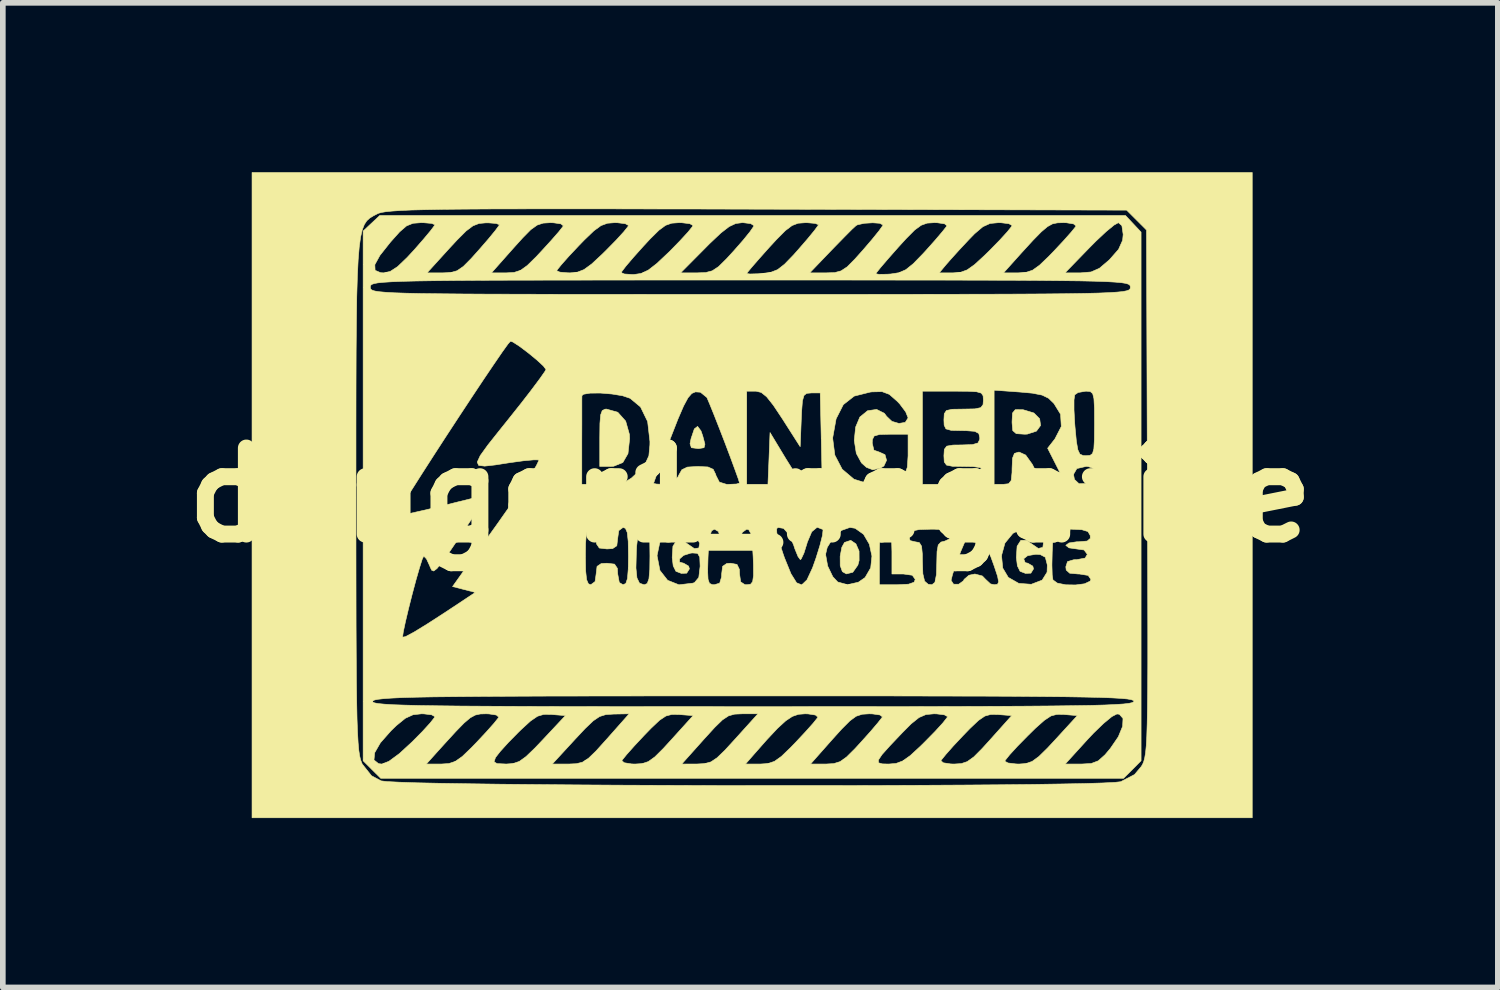
<source format=kicad_pcb>
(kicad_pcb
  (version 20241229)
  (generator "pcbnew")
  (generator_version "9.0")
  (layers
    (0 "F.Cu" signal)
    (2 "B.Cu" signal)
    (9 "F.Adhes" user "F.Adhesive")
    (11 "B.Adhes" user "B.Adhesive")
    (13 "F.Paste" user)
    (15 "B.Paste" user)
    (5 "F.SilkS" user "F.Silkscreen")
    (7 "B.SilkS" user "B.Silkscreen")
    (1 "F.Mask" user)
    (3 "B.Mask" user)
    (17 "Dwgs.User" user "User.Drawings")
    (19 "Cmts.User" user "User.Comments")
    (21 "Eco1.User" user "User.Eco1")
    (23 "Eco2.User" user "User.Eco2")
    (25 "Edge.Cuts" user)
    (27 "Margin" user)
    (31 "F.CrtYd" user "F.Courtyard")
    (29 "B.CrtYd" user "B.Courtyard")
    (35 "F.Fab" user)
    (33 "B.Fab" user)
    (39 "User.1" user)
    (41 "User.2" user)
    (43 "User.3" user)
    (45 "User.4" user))
  (footprint "danger1_negative"
    (layer "F.Cu")
    (at 10.24 5.72)
    (property "Reference" "danger1_negative" (at 0 0 0) (layer "F.SilkS") (effects (font (size 1.524 1.524) (thickness 0.3))))
    (attr through_hole)
    (fp_poly (pts (xy 4.005 1.022) (xy 4.008 1.027) (xy 4.06 1.151) (xy 4.009 1.204) (xy 3.975 1.206) (xy 3.913 1.16) (xy 3.92 1.074) (xy 3.958 0.989) (xy 4.005 1.022)) (stroke (width 0.01) (type solid)) (fill yes) (layer "F.SilkS"))
    (fp_poly (pts (xy -0.874 -1.138) (xy -0.843 -1.049) (xy -0.804 -0.902) (xy -0.82 -0.84) (xy -0.906 -0.826) (xy -0.934 -0.826) (xy -1.044 -0.84) (xy -1.068 -0.911) (xy -1.05 -1) (xy -0.992 -1.173) (xy -0.934 -1.218) (xy -0.874 -1.138)) (stroke (width 0.01) (type solid)) (fill yes) (layer "F.SilkS"))
    (fp_poly (pts (xy 1.87 0.863) (xy 1.926 0.991) (xy 1.927 1.157) (xy 1.905 1.239) (xy 1.815 1.366) (xy 1.701 1.395) (xy 1.63 1.355) (xy 1.592 1.248) (xy 1.591 1.083) (xy 1.621 0.923) (xy 1.669 0.837) (xy 1.779 0.801) (xy 1.87 0.863)) (stroke (width 0.01) (type solid)) (fill yes) (layer "F.SilkS"))
    (fp_poly (pts (xy 4.835 -1.512) (xy 5.023 -1.455) (xy 5.125 -1.352) (xy 5.141 -1.234) (xy 5.068 -1.134) (xy 4.905 -1.081) (xy 4.86 -1.079) (xy 4.71 -1.089) (xy 4.648 -1.143) (xy 4.636 -1.28) (xy 4.636 -1.306) (xy 4.644 -1.455) (xy 4.692 -1.513) (xy 4.814 -1.514) (xy 4.835 -1.512)) (stroke (width 0.01) (type solid)) (fill yes) (layer "F.SilkS"))
    (fp_poly (pts (xy -2.348 -1.468) (xy -2.208 -1.311) (xy -2.141 -1.074) (xy -2.138 -0.998) (xy -2.167 -0.736) (xy -2.258 -0.578) (xy -2.42 -0.512) (xy -2.484 -0.508) (xy -2.667 -0.508) (xy -2.667 -1.016) (xy -2.664 -1.27) (xy -2.651 -1.422) (xy -2.623 -1.498) (xy -2.572 -1.523) (xy -2.547 -1.524) (xy -2.348 -1.468)) (stroke (width 0.01) (type solid)) (fill yes) (layer "F.SilkS"))
    (fp_poly (pts (xy 8.89 5.715) (xy -8.826 5.715) (xy -8.826 -0.339) (xy -6.985 -0.339) (xy -6.985 0.046) (xy -6.985 0.914) (xy -6.984 1.665) (xy -6.983 2.307) (xy -6.98 2.849) (xy -6.977 3.301) (xy -6.972 3.671) (xy -6.966 3.968) (xy -6.957 4.203) (xy -6.947 4.383) (xy -6.935 4.518) (xy -6.92 4.617) (xy -6.903 4.69) (xy -6.882 4.744) (xy -6.874 4.763) (xy -6.71 4.97) (xy -6.54 5.061) (xy -6.442 5.073) (xy -6.226 5.084) (xy -5.905 5.095) (xy -5.488 5.104) (xy -4.987 5.112) (xy -4.412 5.12) (xy -3.773 5.126) (xy -3.081 5.132) (xy -2.347 5.137) (xy -1.581 5.14) (xy -0.793 5.143) (xy 0.005 5.144) (xy 0.803 5.144) (xy 1.59 5.144) (xy 2.357 5.142) (xy 3.091 5.139) (xy 3.784 5.135) (xy 4.424 5.13) (xy 5 5.124) (xy 5.503 5.116) (xy 5.921 5.108) (xy 6.244 5.098) (xy 6.461 5.087) (xy 6.56 5.076) (xy 6.805 4.949) (xy 6.925 4.806) (xy 6.949 4.765) (xy 6.969 4.716) (xy 6.986 4.651) (xy 7.001 4.56) (xy 7.013 4.436) (xy 7.022 4.269) (xy 7.029 4.05) (xy 7.034 3.769) (xy 7.038 3.419) (xy 7.04 2.991) (xy 7.04 2.474) (xy 7.039 1.861) (xy 7.037 1.142) (xy 7.034 0.308) (xy 7.033 -0.046) (xy 7.017 -4.696) (xy 6.665 -5.048) (xy 0.124 -5.065) (xy -0.94 -5.068) (xy -1.884 -5.069) (xy -2.715 -5.071) (xy -3.442 -5.071) (xy -4.071 -5.07) (xy -4.609 -5.069) (xy -5.064 -5.066) (xy -5.444 -5.062) (xy -5.754 -5.056) (xy -6.004 -5.05) (xy -6.199 -5.041) (xy -6.348 -5.031) (xy -6.457 -5.02) (xy -6.535 -5.007) (xy -6.587 -4.992) (xy -6.61 -4.981) (xy -6.68 -4.945) (xy -6.74 -4.908) (xy -6.792 -4.861) (xy -6.836 -4.795) (xy -6.873 -4.701) (xy -6.903 -4.571) (xy -6.927 -4.397) (xy -6.946 -4.169) (xy -6.96 -3.879) (xy -6.971 -3.517) (xy -6.977 -3.076) (xy -6.982 -2.546) (xy -6.984 -1.92) (xy -6.985 -1.187) (xy -6.985 -0.339) (xy -8.826 -0.339) (xy -8.826 -5.715) (xy 8.89 -5.715) (xy 8.89 5.715)) (stroke (width 0.01) (type solid)) (fill yes) (layer "F.SilkS"))
    (fp_poly (pts (xy 6.783 -4.806) (xy 6.921 -4.659) (xy 6.921 0.023) (xy 6.921 4.705) (xy 6.766 4.861) (xy 6.61 5.016) (xy -6.546 5.016) (xy -6.702 4.861) (xy -6.858 4.705) (xy -6.858 4.691) (xy -6.666 4.691) (xy -6.585 4.756) (xy -6.526 4.763) (xy -5.739 4.763) (xy -5.477 4.763) (xy -5.339 4.754) (xy -5.247 4.723) (xy -4.539 4.723) (xy -4.487 4.755) (xy -4.335 4.762) (xy -4.328 4.763) (xy -3.508 4.763) (xy -3.221 4.763) (xy -3.082 4.757) (xy -2.973 4.73) (xy -2.934 4.704) (xy -2.275 4.704) (xy -2.233 4.74) (xy -2.102 4.761) (xy -2.042 4.763) (xy -1.215 4.763) (xy -0.941 4.762) (xy -0.807 4.755) (xy -0.698 4.725) (xy -0.589 4.652) (xy -0.45 4.518) (xy -0.266 4.317) (xy 0.135 3.873) (xy -0.142 3.873) (xy -0.277 3.879) (xy -0.385 3.909) (xy -0.493 3.98) (xy -0.629 4.112) (xy -0.817 4.318) (xy -1.215 4.763) (xy -0.086 4.763) (xy 0.175 4.763) (xy 1.066 4.763) (xy 1.337 4.763) (xy 1.478 4.755) (xy 1.59 4.72) (xy 1.63 4.692) (xy 2.268 4.692) (xy 2.272 4.741) (xy 2.338 4.76) (xy 2.451 4.763) (xy 2.582 4.752) (xy 2.699 4.708) (xy 2.705 4.704) (xy 3.376 4.704) (xy 3.418 4.741) (xy 3.55 4.761) (xy 3.609 4.763) (xy 3.737 4.755) (xy 3.845 4.719) (xy 3.852 4.713) (xy 4.508 4.713) (xy 4.565 4.744) (xy 4.705 4.761) (xy 4.757 4.763) (xy 5.577 4.763) (xy 5.864 4.763) (xy 6.039 4.753) (xy 6.163 4.706) (xy 6.283 4.598) (xy 6.377 4.486) (xy 6.518 4.28) (xy 6.594 4.095) (xy 6.601 3.955) (xy 6.536 3.881) (xy 6.493 3.876) (xy 6.404 3.922) (xy 6.257 4.043) (xy 6.077 4.217) (xy 5.979 4.321) (xy 5.577 4.763) (xy 4.757 4.763) (xy 4.884 4.754) (xy 4.992 4.716) (xy 5.11 4.63) (xy 5.264 4.479) (xy 5.399 4.334) (xy 5.792 3.905) (xy 5.553 3.885) (xy 5.431 3.883) (xy 5.325 3.911) (xy 5.208 3.988) (xy 5.05 4.128) (xy 4.912 4.264) (xy 4.732 4.447) (xy 4.594 4.598) (xy 4.517 4.694) (xy 4.508 4.713) (xy 3.852 4.713) (xy 3.959 4.636) (xy 4.107 4.487) (xy 4.246 4.334) (xy 4.63 3.905) (xy 4.386 3.886) (xy 4.26 3.884) (xy 4.154 3.913) (xy 4.041 3.99) (xy 3.889 4.134) (xy 3.77 4.257) (xy 3.597 4.441) (xy 3.462 4.594) (xy 3.385 4.689) (xy 3.376 4.704) (xy 2.705 4.704) (xy 2.833 4.613) (xy 3.011 4.449) (xy 3.094 4.367) (xy 3.272 4.186) (xy 3.409 4.036) (xy 3.484 3.941) (xy 3.493 3.923) (xy 3.436 3.891) (xy 3.297 3.874) (xy 3.252 3.873) (xy 3.111 3.886) (xy 2.988 3.939) (xy 2.848 4.051) (xy 2.693 4.207) (xy 2.472 4.44) (xy 2.332 4.596) (xy 2.268 4.692) (xy 1.63 4.692) (xy 1.706 4.637) (xy 1.856 4.488) (xy 1.962 4.372) (xy 2.129 4.186) (xy 2.259 4.033) (xy 2.332 3.94) (xy 2.339 3.927) (xy 2.297 3.894) (xy 2.166 3.875) (xy 2.107 3.873) (xy 1.981 3.881) (xy 1.875 3.916) (xy 1.764 3.997) (xy 1.619 4.142) (xy 1.46 4.318) (xy 1.066 4.763) (xy 0.175 4.763) (xy 0.313 4.754) (xy 0.428 4.715) (xy 0.551 4.627) (xy 0.713 4.471) (xy 0.805 4.376) (xy 0.977 4.192) (xy 1.112 4.041) (xy 1.188 3.946) (xy 1.196 3.932) (xy 1.154 3.895) (xy 1.024 3.875) (xy 0.971 3.873) (xy 0.853 3.882) (xy 0.745 3.919) (xy 0.627 3.997) (xy 0.481 4.131) (xy 0.289 4.336) (xy 0.067 4.588) (xy -0.086 4.763) (xy -1.215 4.763) (xy -2.042 4.763) (xy -1.913 4.755) (xy -1.806 4.719) (xy -1.691 4.636) (xy -1.542 4.488) (xy -1.401 4.334) (xy -1.013 3.905) (xy -1.261 3.886) (xy -1.389 3.884) (xy -1.495 3.912) (xy -1.608 3.987) (xy -1.758 4.129) (xy -1.882 4.257) (xy -2.054 4.441) (xy -2.19 4.594) (xy -2.267 4.689) (xy -2.275 4.704) (xy -2.934 4.704) (xy -2.867 4.661) (xy -2.735 4.534) (xy -2.55 4.329) (xy -2.54 4.318) (xy -2.146 3.873) (xy -2.422 3.878) (xy -2.559 3.887) (xy -2.669 3.921) (xy -2.782 3.997) (xy -2.926 4.134) (xy -3.103 4.323) (xy -3.508 4.763) (xy -4.328 4.763) (xy -4.201 4.754) (xy -4.091 4.716) (xy -3.972 4.63) (xy -3.815 4.479) (xy -3.677 4.334) (xy -3.275 3.905) (xy -3.52 3.885) (xy -3.656 3.883) (xy -3.769 3.916) (xy -3.894 4.001) (xy -4.064 4.157) (xy -4.11 4.202) (xy -4.286 4.381) (xy -4.429 4.539) (xy -4.511 4.644) (xy -4.515 4.651) (xy -4.539 4.723) (xy -5.247 4.723) (xy -5.224 4.715) (xy -5.101 4.628) (xy -4.94 4.473) (xy -4.846 4.376) (xy -4.674 4.192) (xy -4.54 4.041) (xy -4.464 3.946) (xy -4.456 3.932) (xy -4.498 3.895) (xy -4.628 3.875) (xy -4.681 3.873) (xy -4.784 3.876) (xy -4.871 3.895) (xy -4.96 3.943) (xy -5.07 4.036) (xy -5.217 4.187) (xy -5.422 4.411) (xy -5.553 4.556) (xy -5.739 4.763) (xy -6.526 4.763) (xy -6.401 4.714) (xy -6.215 4.577) (xy -5.987 4.367) (xy -5.808 4.186) (xy -5.671 4.036) (xy -5.596 3.941) (xy -5.588 3.923) (xy -5.644 3.891) (xy -5.783 3.874) (xy -5.824 3.873) (xy -5.974 3.89) (xy -6.11 3.952) (xy -6.27 4.082) (xy -6.364 4.173) (xy -6.552 4.386) (xy -6.654 4.563) (xy -6.666 4.691) (xy -6.858 4.691) (xy -6.858 3.651) (xy -6.69 3.651) (xy -6.686 3.666) (xy -6.654 3.68) (xy -6.59 3.692) (xy -6.485 3.702) (xy -6.333 3.712) (xy -6.128 3.719) (xy -5.862 3.726) (xy -5.528 3.731) (xy -5.12 3.736) (xy -4.63 3.739) (xy -4.053 3.742) (xy -3.38 3.744) (xy -2.606 3.745) (xy -1.723 3.746) (xy -0.725 3.746) (xy 0.034 3.747) (xy 1.116 3.746) (xy 2.079 3.746) (xy 2.928 3.745) (xy 3.671 3.743) (xy 4.315 3.741) (xy 4.866 3.738) (xy 5.331 3.734) (xy 5.717 3.729) (xy 6.031 3.724) (xy 6.28 3.717) (xy 6.471 3.708) (xy 6.611 3.699) (xy 6.706 3.688) (xy 6.763 3.675) (xy 6.79 3.661) (xy 6.795 3.651) (xy 6.784 3.636) (xy 6.746 3.622) (xy 6.676 3.61) (xy 6.565 3.6) (xy 6.407 3.591) (xy 6.195 3.583) (xy 5.923 3.577) (xy 5.582 3.571) (xy 5.167 3.567) (xy 4.671 3.563) (xy 4.086 3.56) (xy 3.405 3.559) (xy 2.623 3.557) (xy 1.731 3.556) (xy 0.723 3.556) (xy 0.07 3.556) (xy -1.01 3.556) (xy -1.971 3.557) (xy -2.818 3.558) (xy -3.559 3.559) (xy -4.201 3.562) (xy -4.751 3.565) (xy -5.215 3.569) (xy -5.6 3.573) (xy -5.914 3.579) (xy -6.164 3.586) (xy -6.356 3.595) (xy -6.497 3.605) (xy -6.594 3.616) (xy -6.654 3.628) (xy -6.684 3.643) (xy -6.69 3.651) (xy -6.858 3.651) (xy -6.858 0.359) (xy -6.266 0.359) (xy -6.265 0.36) (xy -6.197 0.356) (xy -6.03 0.324) (xy -5.79 0.27) (xy -5.499 0.2) (xy -5.472 0.193) (xy -5.178 0.12) (xy -4.931 0.059) (xy -4.756 0.017) (xy -4.678 0.000103) (xy -4.676 0) (xy -4.699 0.049) (xy -4.781 0.184) (xy -4.911 0.385) (xy -5.077 0.635) (xy -5.131 0.714) (xy -5.325 0.999) (xy -5.461 1.19) (xy -5.551 1.301) (xy -5.608 1.344) (xy -5.644 1.33) (xy -5.671 1.273) (xy -5.678 1.254) (xy -5.736 1.129) (xy -5.785 1.079) (xy -5.812 1.136) (xy -5.86 1.288) (xy -5.922 1.503) (xy -5.989 1.754) (xy -6.054 2.011) (xy -6.109 2.243) (xy -6.147 2.422) (xy -6.16 2.515) (xy -6.109 2.507) (xy -5.957 2.426) (xy -5.708 2.273) (xy -5.364 2.05) (xy -5.277 1.992) (xy -4.871 1.723) (xy -5.073 1.671) (xy -5.274 1.619) (xy -4.889 1.079) (xy -2.921 1.079) (xy -2.917 1.34) (xy -2.9 1.497) (xy -2.868 1.571) (xy -2.826 1.587) (xy -2.75 1.531) (xy -2.731 1.397) (xy -2.715 1.262) (xy -2.641 1.212) (xy -2.54 1.206) (xy -2.405 1.222) (xy -2.355 1.296) (xy -2.349 1.397) (xy -2.321 1.548) (xy -2.254 1.587) (xy -2.205 1.564) (xy -2.176 1.477) (xy -2.162 1.305) (xy -2.162 1.291) (xy -2.026 1.291) (xy -2.008 1.467) (xy -1.963 1.559) (xy -1.883 1.587) (xy -1.875 1.587) (xy -1.826 1.565) (xy -1.796 1.483) (xy -1.781 1.317) (xy -1.778 1.079) (xy -1.651 1.079) (xy -1.601 1.334) (xy -1.465 1.508) (xy -1.264 1.588) (xy -1.018 1.559) (xy -0.989 1.549) (xy -0.913 1.458) (xy -0.899 1.343) (xy -0.756 1.343) (xy -0.749 1.49) (xy -0.724 1.562) (xy -0.673 1.586) (xy -0.638 1.587) (xy -0.543 1.559) (xy -0.51 1.45) (xy -0.508 1.397) (xy -0.491 1.261) (xy -0.418 1.211) (xy -0.349 1.206) (xy -0.236 1.227) (xy -0.194 1.314) (xy -0.191 1.397) (xy -0.171 1.536) (xy -0.097 1.585) (xy -0.061 1.587) (xy 0.004 1.578) (xy 0.041 1.533) (xy 0.056 1.426) (xy 0.055 1.231) (xy 0.05 1.095) (xy 0.035 0.837) (xy 0.011 0.684) (xy -0.028 0.614) (xy -0.064 0.603) (xy -0.143 0.66) (xy -0.179 0.778) (xy -0.22 0.91) (xy -0.324 0.952) (xy -0.349 0.953) (xy -0.466 0.922) (xy -0.516 0.807) (xy -0.52 0.778) (xy -0.566 0.644) (xy -0.635 0.603) (xy -0.686 0.631) (xy -0.719 0.727) (xy -0.74 0.915) (xy -0.749 1.095) (xy -0.756 1.343) (xy -0.899 1.343) (xy -0.889 1.259) (xy -0.896 1.098) (xy -0.934 1.031) (xy -1.027 1.024) (xy -1.059 1.028) (xy -1.182 1.067) (xy -1.253 1.13) (xy -1.254 1.186) (xy -1.18 1.206) (xy -1.093 1.257) (xy -1.079 1.306) (xy -1.127 1.382) (xy -1.222 1.386) (xy -1.318 1.349) (xy -1.366 1.252) (xy -1.384 1.103) (xy -1.371 0.905) (xy -1.304 0.8) (xy -1.199 0.8) (xy -1.118 0.86) (xy -0.991 0.947) (xy -0.912 0.936) (xy -0.898 0.851) (xy -0.968 0.718) (xy -0.994 0.688) (xy -1.139 0.592) (xy 0.466 0.592) (xy 0.469 0.665) (xy 0.51 0.825) (xy 0.581 1.042) (xy 0.604 1.108) (xy 0.72 1.393) (xy 0.82 1.553) (xy 0.911 1.589) (xy 1.003 1.501) (xy 1.102 1.288) (xy 1.163 1.116) (xy 1.184 1.049) (xy 1.333 1.049) (xy 1.37 1.256) (xy 1.461 1.445) (xy 1.549 1.539) (xy 1.722 1.586) (xy 1.914 1.542) (xy 2.032 1.46) (xy 2.132 1.288) (xy 2.154 1.079) (xy 2.153 1.075) (xy 2.286 1.075) (xy 2.286 1.587) (xy 2.603 1.587) (xy 2.803 1.577) (xy 2.901 1.542) (xy 2.921 1.492) (xy 2.869 1.419) (xy 2.715 1.397) (xy 2.508 1.397) (xy 2.508 1.001) (xy 2.502 0.777) (xy 2.49 0.714) (xy 2.806 0.714) (xy 2.829 0.805) (xy 2.916 0.826) (xy 2.993 0.84) (xy 3.033 0.904) (xy 3.047 1.047) (xy 3.048 1.164) (xy 3.056 1.394) (xy 3.087 1.524) (xy 3.151 1.579) (xy 3.217 1.587) (xy 3.269 1.545) (xy 3.276 1.51) (xy 3.556 1.51) (xy 3.599 1.577) (xy 3.691 1.578) (xy 3.774 1.518) (xy 3.787 1.492) (xy 3.872 1.419) (xy 3.978 1.397) (xy 4.11 1.432) (xy 4.168 1.492) (xy 4.255 1.573) (xy 4.323 1.587) (xy 4.378 1.579) (xy 4.398 1.537) (xy 4.38 1.439) (xy 4.321 1.261) (xy 4.261 1.095) (xy 4.25 1.07) (xy 4.449 1.07) (xy 4.471 1.292) (xy 4.569 1.457) (xy 4.755 1.563) (xy 4.976 1.579) (xy 5.169 1.505) (xy 5.256 1.365) (xy 5.26 1.235) (xy 5.26 1.235) (xy 5.342 1.235) (xy 5.347 1.415) (xy 5.36 1.501) (xy 5.437 1.558) (xy 5.586 1.588) (xy 5.761 1.591) (xy 5.92 1.57) (xy 6.019 1.523) (xy 6.032 1.492) (xy 5.984 1.422) (xy 5.83 1.397) (xy 5.81 1.397) (xy 5.657 1.383) (xy 5.595 1.327) (xy 5.588 1.27) (xy 5.618 1.177) (xy 5.729 1.144) (xy 5.779 1.143) (xy 5.93 1.115) (xy 5.969 1.048) (xy 5.912 0.972) (xy 5.779 0.953) (xy 5.645 0.934) (xy 5.588 0.89) (xy 5.588 0.889) (xy 5.644 0.847) (xy 5.782 0.826) (xy 5.815 0.826) (xy 5.967 0.813) (xy 6.022 0.766) (xy 6.02 0.714) (xy 5.98 0.645) (xy 5.871 0.612) (xy 5.682 0.603) (xy 5.366 0.603) (xy 5.347 1.009) (xy 5.342 1.235) (xy 5.26 1.235) (xy 5.225 1.1) (xy 5.134 1.052) (xy 5.054 1.048) (xy 4.912 1.072) (xy 4.842 1.127) (xy 4.868 1.195) (xy 4.916 1.206) (xy 5.003 1.257) (xy 5.016 1.306) (xy 4.969 1.382) (xy 4.874 1.386) (xy 4.778 1.349) (xy 4.73 1.252) (xy 4.712 1.103) (xy 4.725 0.905) (xy 4.792 0.8) (xy 4.897 0.8) (xy 4.978 0.86) (xy 5.101 0.944) (xy 5.181 0.925) (xy 5.196 0.811) (xy 5.121 0.667) (xy 4.975 0.595) (xy 4.793 0.606) (xy 4.651 0.677) (xy 4.51 0.849) (xy 4.449 1.07) (xy 4.25 1.07) (xy 4.167 0.866) (xy 4.076 0.689) (xy 4.003 0.593) (xy 3.988 0.585) (xy 3.908 0.633) (xy 3.808 0.807) (xy 3.726 0.999) (xy 3.642 1.222) (xy 3.582 1.403) (xy 3.556 1.506) (xy 3.556 1.51) (xy 3.276 1.51) (xy 3.296 1.407) (xy 3.302 1.211) (xy 3.307 0.999) (xy 3.328 0.883) (xy 3.377 0.831) (xy 3.445 0.814) (xy 3.557 0.762) (xy 3.588 0.699) (xy 3.558 0.643) (xy 3.455 0.613) (xy 3.252 0.603) (xy 3.208 0.603) (xy 2.988 0.61) (xy 2.867 0.635) (xy 2.814 0.687) (xy 2.806 0.714) (xy 2.49 0.714) (xy 2.479 0.651) (xy 2.43 0.595) (xy 2.397 0.584) (xy 2.342 0.587) (xy 2.308 0.637) (xy 2.292 0.759) (xy 2.286 0.976) (xy 2.286 1.075) (xy 2.153 1.075) (xy 2.108 0.869) (xy 2.005 0.693) (xy 1.856 0.587) (xy 1.764 0.572) (xy 1.614 0.625) (xy 1.467 0.758) (xy 1.362 0.926) (xy 1.333 1.049) (xy 1.184 1.049) (xy 1.233 0.89) (xy 1.278 0.712) (xy 1.288 0.616) (xy 1.285 0.608) (xy 1.184 0.569) (xy 1.088 0.648) (xy 1.008 0.837) (xy 1.003 0.857) (xy 0.95 1.026) (xy 0.902 1.128) (xy 0.886 1.143) (xy 0.845 1.088) (xy 0.789 0.951) (xy 0.768 0.886) (xy 0.688 0.7) (xy 0.589 0.589) (xy 0.493 0.573) (xy 0.466 0.592) (xy -1.139 0.592) (xy -1.158 0.58) (xy -1.331 0.579) (xy -1.488 0.67) (xy -1.603 0.837) (xy -1.651 1.064) (xy -1.651 1.079) (xy -1.778 1.079) (xy -1.778 1.075) (xy -1.781 0.82) (xy -1.793 0.669) (xy -1.82 0.597) (xy -1.868 0.581) (xy -1.889 0.583) (xy -1.953 0.62) (xy -1.992 0.719) (xy -2.014 0.906) (xy -2.019 1.01) (xy -2.026 1.291) (xy -2.162 1.291) (xy -2.159 1.079) (xy -2.163 0.819) (xy -2.18 0.662) (xy -2.212 0.588) (xy -2.254 0.572) (xy -2.33 0.628) (xy -2.349 0.762) (xy -2.365 0.897) (xy -2.439 0.947) (xy -2.54 0.953) (xy -2.675 0.937) (xy -2.725 0.863) (xy -2.731 0.762) (xy -2.759 0.611) (xy -2.826 0.572) (xy -2.875 0.595) (xy -2.904 0.682) (xy -2.918 0.854) (xy -2.921 1.079) (xy -4.889 1.079) (xy -4.48 0.508) (xy -4.25 0.181) (xy -4.052 -0.11) (xy -3.895 -0.349) (xy -3.79 -0.522) (xy -3.746 -0.614) (xy -3.747 -0.624) (xy -3.837 -0.625) (xy -4.014 -0.609) (xy -4.241 -0.578) (xy -4.25 -0.577) (xy -4.518 -0.535) (xy -4.705 -0.514) (xy -4.812 -0.527) (xy -4.837 -0.585) (xy -4.784 -0.7) (xy -4.651 -0.885) (xy -4.597 -0.953) (xy -2.985 -0.953) (xy -2.985 -0.191) (xy -2.597 -0.191) (xy -2.372 -0.197) (xy -2.324 -0.207) (xy -1.714 -0.207) (xy -1.659 -0.196) (xy -1.526 -0.191) (xy -1.522 -0.191) (xy -1.365 -0.221) (xy -1.277 -0.331) (xy -1.27 -0.349) (xy -1.213 -0.45) (xy -1.115 -0.497) (xy -0.935 -0.508) (xy -0.929 -0.508) (xy -0.75 -0.499) (xy -0.658 -0.458) (xy -0.613 -0.367) (xy -0.609 -0.349) (xy -0.549 -0.231) (xy -0.423 -0.192) (xy -0.38 -0.191) (xy -0.246 -0.197) (xy -0.191 -0.214) (xy -0.191 -0.214) (xy -0.212 -0.285) (xy -0.27 -0.446) (xy -0.352 -0.669) (xy -0.449 -0.926) (xy -0.55 -1.187) (xy -0.644 -1.426) (xy -0.72 -1.614) (xy -0.766 -1.722) (xy -0.77 -1.73) (xy -0.884 -1.823) (xy -0.972 -1.829) (xy -1.037 -1.801) (xy -1.104 -1.724) (xy -1.182 -1.579) (xy -1.281 -1.35) (xy -1.411 -1.018) (xy -1.412 -1.017) (xy -1.523 -0.724) (xy -1.616 -0.477) (xy -1.682 -0.299) (xy -1.713 -0.212) (xy -1.714 -0.207) (xy -2.324 -0.207) (xy -2.224 -0.229) (xy -2.105 -0.303) (xy -1.994 -0.406) (xy -1.861 -0.557) (xy -1.797 -0.697) (xy -1.779 -0.888) (xy -1.778 -0.949) (xy -1.819 -1.303) (xy -1.945 -1.562) (xy -2.129 -1.715) (xy -2.262 -1.76) (xy -2.45 -1.791) (xy -2.653 -1.808) (xy -2.835 -1.807) (xy -2.955 -1.787) (xy -2.983 -1.762) (xy -2.984 -1.683) (xy -2.984 -1.504) (xy -2.984 -1.251) (xy -2.985 -0.953) (xy -4.597 -0.953) (xy -4.439 -1.152) (xy -4.288 -1.34) (xy -4.066 -1.619) (xy -3.894 -1.841) (xy -0.064 -1.841) (xy -0.064 -0.191) (xy 0.312 -0.191) (xy 0.331 -0.65) (xy 0.349 -1.109) (xy 0.626 -0.65) (xy 0.769 -0.422) (xy 0.874 -0.284) (xy 0.963 -0.214) (xy 1.057 -0.191) (xy 1.089 -0.191) (xy 1.274 -0.191) (xy 1.256 -1.011) (xy 1.458 -1.011) (xy 1.497 -0.708) (xy 1.627 -0.459) (xy 1.836 -0.282) (xy 2.113 -0.196) (xy 2.209 -0.191) (xy 2.432 -0.212) (xy 2.614 -0.267) (xy 2.653 -0.289) (xy 2.738 -0.373) (xy 2.781 -0.495) (xy 2.794 -0.697) (xy 2.794 -0.734) (xy 2.794 -1.079) (xy 2.477 -1.079) (xy 2.288 -1.074) (xy 2.194 -1.048) (xy 2.162 -0.984) (xy 2.159 -0.921) (xy 2.189 -0.796) (xy 2.286 -0.762) (xy 2.385 -0.717) (xy 2.413 -0.617) (xy 2.366 -0.516) (xy 2.313 -0.483) (xy 2.17 -0.449) (xy 2.057 -0.492) (xy 1.968 -0.572) (xy 1.877 -0.74) (xy 1.841 -0.969) (xy 1.865 -1.205) (xy 1.94 -1.383) (xy 2.077 -1.495) (xy 2.237 -1.518) (xy 2.375 -1.449) (xy 2.413 -1.397) (xy 2.507 -1.307) (xy 2.633 -1.27) (xy 2.744 -1.289) (xy 2.794 -1.367) (xy 2.794 -1.37) (xy 2.752 -1.475) (xy 2.646 -1.616) (xy 2.6 -1.664) (xy 2.462 -1.785) (xy 2.334 -1.833) (xy 2.154 -1.829) (xy 2.122 -1.825) (xy 1.84 -1.754) (xy 1.647 -1.603) (xy 1.521 -1.355) (xy 1.519 -1.35) (xy 1.458 -1.011) (xy 1.256 -1.011) (xy 1.238 -1.81) (xy 1.079 -1.81) (xy 0.998 -1.803) (xy 0.95 -1.765) (xy 0.923 -1.669) (xy 0.909 -1.489) (xy 0.902 -1.334) (xy 0.883 -0.858) (xy 0.569 -1.35) (xy 0.408 -1.592) (xy 0.289 -1.742) (xy 0.193 -1.819) (xy 0.102 -1.841) (xy 0.096 -1.841) (xy 3.048 -1.841) (xy 3.048 -0.191) (xy 3.588 -0.191) (xy 4.318 -0.191) (xy 4.477 -0.191) (xy 4.575 -0.202) (xy 4.621 -0.261) (xy 4.635 -0.399) (xy 4.636 -0.476) (xy 4.644 -0.655) (xy 4.678 -0.739) (xy 4.753 -0.762) (xy 4.763 -0.762) (xy 4.877 -0.71) (xy 4.994 -0.547) (xy 5.03 -0.476) (xy 5.124 -0.303) (xy 5.211 -0.218) (xy 5.327 -0.192) (xy 5.379 -0.191) (xy 5.59 -0.191) (xy 5.5 -0.368) (xy 5.724 -0.368) (xy 5.741 -0.278) (xy 5.822 -0.202) (xy 5.94 -0.206) (xy 6.045 -0.276) (xy 6.085 -0.365) (xy 6.076 -0.473) (xy 5.983 -0.507) (xy 5.945 -0.508) (xy 5.784 -0.471) (xy 5.724 -0.368) (xy 5.5 -0.368) (xy 5.428 -0.511) (xy 5.266 -0.831) (xy 5.395 -0.996) (xy 5.508 -1.216) (xy 5.495 -1.433) (xy 5.45 -1.506) (xy 5.733 -1.506) (xy 5.746 -1.269) (xy 5.751 -1.206) (xy 5.775 -0.954) (xy 5.801 -0.803) (xy 5.837 -0.727) (xy 5.895 -0.701) (xy 5.945 -0.699) (xy 6.017 -0.704) (xy 6.061 -0.737) (xy 6.085 -0.822) (xy 6.094 -0.982) (xy 6.096 -1.244) (xy 6.096 -1.27) (xy 6.095 -1.541) (xy 6.086 -1.709) (xy 6.064 -1.798) (xy 6.021 -1.835) (xy 5.952 -1.841) (xy 5.941 -1.841) (xy 5.806 -1.818) (xy 5.746 -1.777) (xy 5.733 -1.687) (xy 5.733 -1.506) (xy 5.45 -1.506) (xy 5.378 -1.623) (xy 5.283 -1.716) (xy 5.168 -1.772) (xy 4.996 -1.806) (xy 4.775 -1.826) (xy 4.318 -1.859) (xy 4.318 -0.191) (xy 3.588 -0.191) (xy 3.849 -0.192) (xy 4.009 -0.201) (xy 4.091 -0.226) (xy 4.123 -0.273) (xy 4.128 -0.349) (xy 4.118 -0.44) (xy 4.071 -0.488) (xy 3.953 -0.505) (xy 3.778 -0.508) (xy 3.579 -0.511) (xy 3.475 -0.532) (xy 3.435 -0.588) (xy 3.429 -0.696) (xy 3.429 -0.699) (xy 3.436 -0.811) (xy 3.479 -0.868) (xy 3.59 -0.887) (xy 3.747 -0.889) (xy 3.937 -0.896) (xy 4.032 -0.924) (xy 4.063 -0.987) (xy 4.064 -1.016) (xy 4.047 -1.092) (xy 3.976 -1.13) (xy 3.82 -1.142) (xy 3.747 -1.143) (xy 3.559 -1.147) (xy 3.465 -1.173) (xy 3.433 -1.239) (xy 3.429 -1.333) (xy 3.435 -1.442) (xy 3.473 -1.499) (xy 3.576 -1.521) (xy 3.773 -1.524) (xy 3.778 -1.524) (xy 3.978 -1.528) (xy 4.082 -1.55) (xy 4.122 -1.603) (xy 4.128 -1.683) (xy 4.123 -1.76) (xy 4.091 -1.807) (xy 4.007 -1.831) (xy 3.847 -1.84) (xy 3.588 -1.841) (xy 3.048 -1.841) (xy 0.096 -1.841) (xy -0.064 -1.841) (xy -3.894 -1.841) (xy -3.876 -1.865) (xy -3.73 -2.06) (xy -3.641 -2.187) (xy -3.619 -2.226) (xy -3.666 -2.288) (xy -3.782 -2.395) (xy -3.933 -2.519) (xy -4.085 -2.634) (xy -4.204 -2.711) (xy -4.248 -2.727) (xy -4.293 -2.676) (xy -4.395 -2.534) (xy -4.543 -2.318) (xy -4.728 -2.044) (xy -4.938 -1.728) (xy -5.163 -1.387) (xy -5.392 -1.037) (xy -5.615 -0.693) (xy -5.821 -0.372) (xy -6 -0.09) (xy -6.14 0.136) (xy -6.232 0.291) (xy -6.266 0.359) (xy -6.858 0.359) (xy -6.858 -3.683) (xy -6.731 -3.683) (xy -6.729 -3.663) (xy -6.72 -3.645) (xy -6.695 -3.629) (xy -6.649 -3.615) (xy -6.573 -3.603) (xy -6.46 -3.593) (xy -6.304 -3.584) (xy -6.097 -3.577) (xy -5.833 -3.571) (xy -5.504 -3.567) (xy -5.102 -3.563) (xy -4.622 -3.56) (xy -4.055 -3.559) (xy -3.395 -3.557) (xy -2.634 -3.557) (xy -1.766 -3.556) (xy -0.783 -3.556) (xy 0 -3.556) (xy 1.07 -3.556) (xy 2.02 -3.556) (xy 2.858 -3.557) (xy 3.59 -3.558) (xy 4.223 -3.559) (xy 4.765 -3.561) (xy 5.222 -3.564) (xy 5.603 -3.568) (xy 5.913 -3.573) (xy 6.161 -3.579) (xy 6.353 -3.587) (xy 6.496 -3.596) (xy 6.597 -3.606) (xy 6.664 -3.619) (xy 6.704 -3.633) (xy 6.724 -3.65) (xy 6.73 -3.668) (xy 6.731 -3.683) (xy 6.729 -3.703) (xy 6.72 -3.721) (xy 6.695 -3.737) (xy 6.649 -3.751) (xy 6.573 -3.763) (xy 6.46 -3.773) (xy 6.304 -3.782) (xy 6.097 -3.789) (xy 5.833 -3.795) (xy 5.504 -3.799) (xy 5.102 -3.803) (xy 4.622 -3.806) (xy 4.055 -3.807) (xy 3.395 -3.809) (xy 2.634 -3.809) (xy 1.766 -3.81) (xy 0.783 -3.81) (xy 0 -3.81) (xy -1.07 -3.81) (xy -2.02 -3.81) (xy -2.858 -3.809) (xy -3.59 -3.808) (xy -4.223 -3.807) (xy -4.765 -3.805) (xy -5.222 -3.802) (xy -5.603 -3.798) (xy -5.913 -3.793) (xy -6.161 -3.787) (xy -6.353 -3.779) (xy -6.496 -3.77) (xy -6.597 -3.76) (xy -6.664 -3.747) (xy -6.704 -3.733) (xy -6.724 -3.716) (xy -6.73 -3.698) (xy -6.731 -3.683) (xy -6.858 -3.683) (xy -6.858 -3.937) (xy -5.726 -3.937) (xy -5.446 -3.937) (xy -4.585 -3.937) (xy -4.321 -3.937) (xy -4.183 -3.945) (xy -4.094 -3.974) (xy -3.429 -3.974) (xy -3.373 -3.95) (xy -3.234 -3.938) (xy -3.193 -3.937) (xy -3.144 -3.941) (xy -2.286 -3.941) (xy -2.23 -3.917) (xy -2.093 -3.908) (xy -2.06 -3.908) (xy -1.944 -3.925) (xy -0.064 -3.925) (xy -0.007 -3.917) (xy 0.136 -3.921) (xy 0.139 -3.921) (xy 2.223 -3.921) (xy 2.279 -3.911) (xy 2.42 -3.913) (xy 2.487 -3.917) (xy 2.615 -3.937) (xy 3.346 -3.937) (xy 3.592 -3.937) (xy 4.485 -3.937) (xy 4.746 -3.937) (xy 5.574 -3.937) (xy 5.848 -3.937) (xy 6.035 -3.953) (xy 6.183 -4.018) (xy 6.348 -4.158) (xy 6.363 -4.172) (xy 6.522 -4.353) (xy 6.594 -4.514) (xy 6.604 -4.617) (xy 6.581 -4.773) (xy 6.52 -4.826) (xy 6.442 -4.783) (xy 6.301 -4.667) (xy 6.121 -4.498) (xy 6.005 -4.381) (xy 5.574 -3.937) (xy 4.746 -3.937) (xy 4.884 -3.946) (xy 4.999 -3.984) (xy 5.122 -4.072) (xy 5.284 -4.227) (xy 5.377 -4.323) (xy 5.549 -4.507) (xy 5.684 -4.659) (xy 5.76 -4.753) (xy 5.768 -4.768) (xy 5.726 -4.804) (xy 5.595 -4.825) (xy 5.543 -4.826) (xy 5.439 -4.823) (xy 5.352 -4.805) (xy 5.263 -4.756) (xy 5.154 -4.664) (xy 5.006 -4.513) (xy 4.801 -4.289) (xy 4.67 -4.143) (xy 4.485 -3.937) (xy 3.592 -3.937) (xy 3.724 -3.947) (xy 3.841 -3.99) (xy 3.973 -4.084) (xy 4.15 -4.247) (xy 4.237 -4.332) (xy 4.415 -4.514) (xy 4.552 -4.664) (xy 4.627 -4.758) (xy 4.636 -4.777) (xy 4.579 -4.808) (xy 4.44 -4.825) (xy 4.395 -4.826) (xy 4.246 -4.812) (xy 4.118 -4.754) (xy 3.972 -4.63) (xy 3.869 -4.524) (xy 3.699 -4.342) (xy 3.548 -4.175) (xy 3.465 -4.08) (xy 3.346 -3.937) (xy 2.615 -3.937) (xy 2.631 -3.939) (xy 2.754 -3.993) (xy 2.887 -4.1) (xy 3.061 -4.279) (xy 3.106 -4.328) (xy 3.272 -4.514) (xy 3.402 -4.667) (xy 3.475 -4.759) (xy 3.482 -4.772) (xy 3.44 -4.806) (xy 3.309 -4.825) (xy 3.257 -4.826) (xy 3.132 -4.818) (xy 3.026 -4.78) (xy 2.911 -4.696) (xy 2.761 -4.545) (xy 2.616 -4.386) (xy 2.445 -4.192) (xy 2.311 -4.036) (xy 2.234 -3.94) (xy 2.223 -3.921) (xy 0.139 -3.921) (xy 0.216 -3.927) (xy 0.292 -3.937) (xy 1.052 -3.937) (xy 1.346 -3.937) (xy 1.495 -3.942) (xy 1.607 -3.972) (xy 1.716 -4.044) (xy 1.85 -4.179) (xy 1.995 -4.341) (xy 2.156 -4.529) (xy 2.279 -4.681) (xy 2.344 -4.772) (xy 2.349 -4.785) (xy 2.295 -4.815) (xy 2.168 -4.824) (xy 2.019 -4.815) (xy 1.9 -4.789) (xy 1.873 -4.775) (xy 1.802 -4.71) (xy 1.669 -4.576) (xy 1.497 -4.4) (xy 1.431 -4.332) (xy 1.052 -3.937) (xy 0.292 -3.937) (xy 0.363 -3.947) (xy 0.483 -3.994) (xy 0.606 -4.09) (xy 0.765 -4.254) (xy 0.851 -4.351) (xy 1.013 -4.538) (xy 1.136 -4.688) (xy 1.201 -4.777) (xy 1.206 -4.79) (xy 1.15 -4.813) (xy 1.011 -4.825) (xy 0.968 -4.825) (xy 0.846 -4.816) (xy 0.739 -4.775) (xy 0.621 -4.686) (xy 0.464 -4.528) (xy 0.333 -4.386) (xy 0.161 -4.193) (xy 0.026 -4.038) (xy -0.052 -3.944) (xy -0.064 -3.925) (xy -1.944 -3.925) (xy -1.933 -3.927) (xy -1.912 -3.937) (xy -1.235 -3.937) (xy -0.94 -3.937) (xy -0.79 -3.943) (xy -0.675 -3.973) (xy -0.563 -4.047) (xy -0.423 -4.185) (xy -0.291 -4.329) (xy -0.128 -4.515) (xy -0.005 -4.667) (xy 0.059 -4.76) (xy 0.064 -4.773) (xy 0.008 -4.809) (xy -0.128 -4.826) (xy -0.145 -4.826) (xy -0.259 -4.811) (xy -0.376 -4.756) (xy -0.522 -4.643) (xy -0.719 -4.457) (xy -0.794 -4.381) (xy -1.235 -3.937) (xy -1.912 -3.937) (xy -1.807 -3.986) (xy -1.655 -4.104) (xy -1.45 -4.297) (xy -1.425 -4.321) (xy -1.245 -4.506) (xy -1.105 -4.658) (xy -1.026 -4.756) (xy -1.016 -4.777) (xy -1.072 -4.808) (xy -1.213 -4.825) (xy -1.264 -4.826) (xy -1.392 -4.817) (xy -1.501 -4.779) (xy -1.619 -4.692) (xy -1.775 -4.538) (xy -1.899 -4.404) (xy -2.07 -4.213) (xy -2.203 -4.057) (xy -2.277 -3.96) (xy -2.286 -3.941) (xy -3.144 -3.941) (xy -3.064 -3.949) (xy -2.946 -3.995) (xy -2.809 -4.095) (xy -2.624 -4.267) (xy -2.558 -4.332) (xy -2.379 -4.514) (xy -2.242 -4.664) (xy -2.167 -4.758) (xy -2.159 -4.777) (xy -2.215 -4.808) (xy -2.355 -4.825) (xy -2.403 -4.826) (xy -2.531 -4.816) (xy -2.645 -4.774) (xy -2.771 -4.682) (xy -2.939 -4.521) (xy -3.038 -4.419) (xy -3.212 -4.234) (xy -3.346 -4.083) (xy -3.42 -3.991) (xy -3.429 -3.974) (xy -4.094 -3.974) (xy -4.069 -3.982) (xy -3.95 -4.068) (xy -3.794 -4.221) (xy -3.696 -4.326) (xy -3.527 -4.511) (xy -3.394 -4.663) (xy -3.32 -4.757) (xy -3.313 -4.771) (xy -3.355 -4.805) (xy -3.486 -4.824) (xy -3.544 -4.826) (xy -3.67 -4.818) (xy -3.776 -4.783) (xy -3.888 -4.703) (xy -4.032 -4.557) (xy -4.191 -4.381) (xy -4.585 -3.937) (xy -5.446 -3.937) (xy -5.304 -3.943) (xy -5.193 -3.975) (xy -5.083 -4.051) (xy -4.944 -4.191) (xy -4.806 -4.345) (xy -4.642 -4.534) (xy -4.518 -4.685) (xy -4.451 -4.776) (xy -4.445 -4.79) (xy -4.501 -4.812) (xy -4.64 -4.823) (xy -4.683 -4.823) (xy -4.805 -4.812) (xy -4.913 -4.77) (xy -5.034 -4.679) (xy -5.193 -4.52) (xy -5.324 -4.379) (xy -5.726 -3.937) (xy -6.858 -3.937) (xy -6.858 -4.082) (xy -6.651 -4.082) (xy -6.646 -3.982) (xy -6.548 -3.94) (xy -6.493 -3.937) (xy -6.379 -3.962) (xy -6.248 -4.047) (xy -6.078 -4.21) (xy -5.953 -4.345) (xy -5.788 -4.534) (xy -5.662 -4.685) (xy -5.594 -4.776) (xy -5.588 -4.79) (xy -5.644 -4.813) (xy -5.784 -4.825) (xy -5.834 -4.826) (xy -5.975 -4.815) (xy -6.089 -4.769) (xy -6.211 -4.664) (xy -6.374 -4.482) (xy -6.561 -4.246) (xy -6.651 -4.082) (xy -6.858 -4.082) (xy -6.858 -4.677) (xy -6.711 -4.815) (xy -6.564 -4.953) (xy 6.645 -4.953) (xy 6.783 -4.806)) (stroke (width 0.01) (type solid)) (fill yes) (layer "F.SilkS")))
  (gr_rect
    (start -3 -3)
    (end 23.48 14.44)
    (stroke (width 0.1) (type default))
    (fill no)
    (layer "Edge.Cuts")))
</source>
